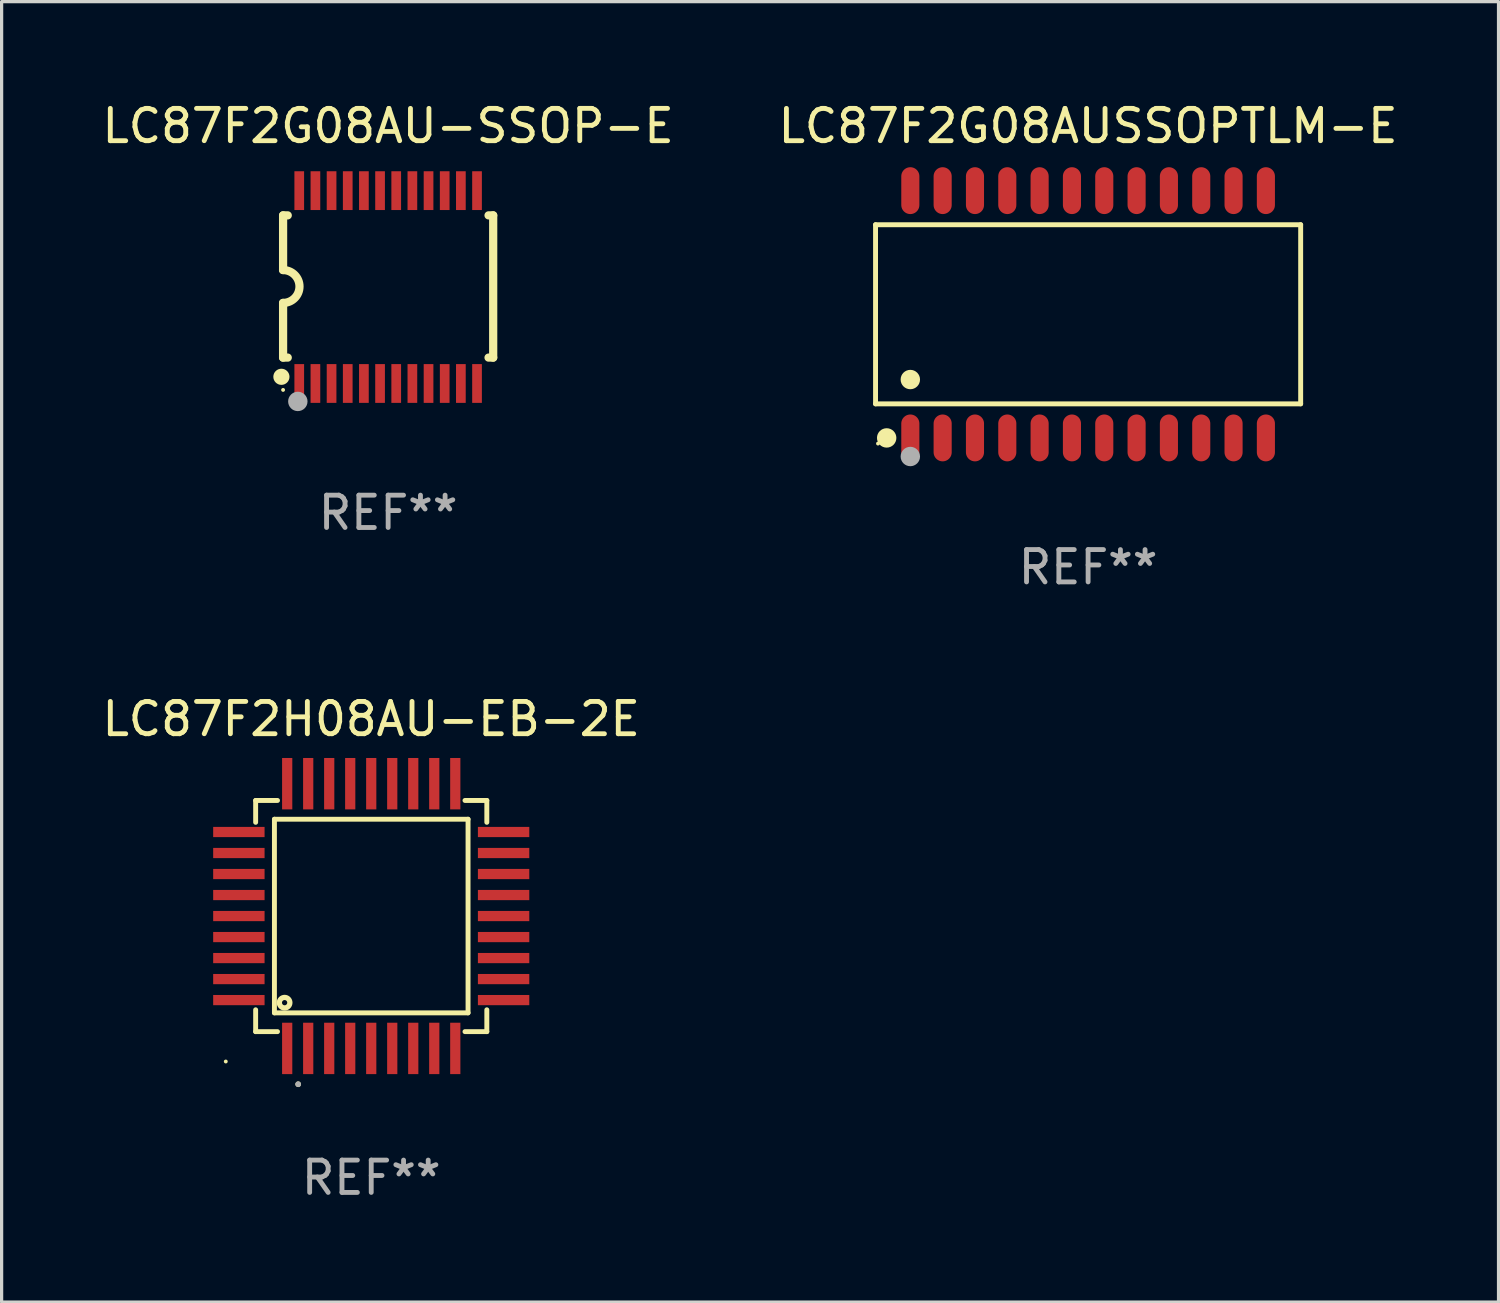
<source format=kicad_pcb>
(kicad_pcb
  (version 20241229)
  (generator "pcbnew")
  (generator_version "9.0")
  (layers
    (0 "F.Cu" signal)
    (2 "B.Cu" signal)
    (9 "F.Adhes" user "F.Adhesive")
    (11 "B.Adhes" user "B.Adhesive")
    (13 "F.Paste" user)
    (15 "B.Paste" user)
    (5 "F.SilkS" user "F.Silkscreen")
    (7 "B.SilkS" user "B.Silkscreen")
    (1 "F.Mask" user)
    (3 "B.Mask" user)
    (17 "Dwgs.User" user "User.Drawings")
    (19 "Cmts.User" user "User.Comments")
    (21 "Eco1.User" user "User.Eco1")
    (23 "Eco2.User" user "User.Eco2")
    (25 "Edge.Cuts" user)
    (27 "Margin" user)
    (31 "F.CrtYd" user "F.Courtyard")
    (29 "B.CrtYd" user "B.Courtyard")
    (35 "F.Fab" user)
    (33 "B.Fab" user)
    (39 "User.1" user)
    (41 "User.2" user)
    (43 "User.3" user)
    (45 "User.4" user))
  (footprint "LC87F2G08AU-SSOP-E"
    (layer "F.Cu")
    (at 8.958 5.831)
    (property "Reference" "LC87F2G08AU-SSOP-E" (at 0 -4.983 0) (layer "F.SilkS") (effects (font (size 1 1) (thickness 0.15))))
    (attr through_hole)
    (fp_line (start -3.25 -2.218) (end -3.25 -0.526) (stroke (width 0.254) (type solid)) (layer "F.SilkS"))
    (fp_line (start -3.25 -2.218) (end -3.106 -2.218) (stroke (width 0.254) (type solid)) (layer "F.SilkS"))
    (fp_line (start -3.25 2.182) (end -3.25 0.49) (stroke (width 0.254) (type solid)) (layer "F.SilkS"))
    (fp_line (start -3.106 2.182) (end -3.25 2.182) (stroke (width 0.254) (type solid)) (layer "F.SilkS"))
    (fp_line (start 3.106 -2.218) (end 3.25 -2.218) (stroke (width 0.254) (type solid)) (layer "F.SilkS"))
    (fp_line (start 3.25 -2.218) (end 3.25 2.182) (stroke (width 0.254) (type solid)) (layer "F.SilkS"))
    (fp_line (start 3.25 2.182) (end 3.106 2.182) (stroke (width 0.254) (type solid)) (layer "F.SilkS"))
    (fp_arc (start -3.251206 -0.52578) (mid -2.743206 -0.018375) (end -3.250013 0.490221) (stroke (width 0.254001) (type solid)) (layer "F.SilkS"))
    (fp_circle (center -3.302 2.776) (end -3.177 2.776) (stroke (width 0.25) (type solid)) (fill no) (layer "F.SilkS"))
    (fp_circle (center -3.25 3.182) (end -3.22 3.182) (stroke (width 0.06) (type solid)) (fill no) (layer "F.SilkS"))
    (fp_circle (center -2.794 3.538) (end -2.644 3.538) (stroke (width 0.3) (type solid)) (fill no) (layer "F.Fab"))
    (fp_text user "REF**" (at 0 6.983 0) (layer "F.Fab") (effects (font (size 1 1) (thickness 0.15))))
    (pad "1" smd rect (at -2.75 2.983) (size 0.3 1.2) (layers "F.Cu" "F.Mask" "F.Paste"))
    (pad "2" smd rect (at -2.25 2.983) (size 0.3 1.2) (layers "F.Cu" "F.Mask" "F.Paste"))
    (pad "3" smd rect (at -1.75 2.983) (size 0.3 1.2) (layers "F.Cu" "F.Mask" "F.Paste"))
    (pad "4" smd rect (at -1.25 2.983) (size 0.3 1.2) (layers "F.Cu" "F.Mask" "F.Paste"))
    (pad "5" smd rect (at -0.75 2.983) (size 0.3 1.2) (layers "F.Cu" "F.Mask" "F.Paste"))
    (pad "6" smd rect (at -0.25 2.983) (size 0.3 1.2) (layers "F.Cu" "F.Mask" "F.Paste"))
    (pad "7" smd rect (at 0.25 2.983) (size 0.3 1.2) (layers "F.Cu" "F.Mask" "F.Paste"))
    (pad "8" smd rect (at 0.75 2.983) (size 0.3 1.2) (layers "F.Cu" "F.Mask" "F.Paste"))
    (pad "9" smd rect (at 1.25 2.983) (size 0.3 1.2) (layers "F.Cu" "F.Mask" "F.Paste"))
    (pad "10" smd rect (at 1.75 2.983) (size 0.3 1.2) (layers "F.Cu" "F.Mask" "F.Paste"))
    (pad "11" smd rect (at 2.25 2.983) (size 0.3 1.2) (layers "F.Cu" "F.Mask" "F.Paste"))
    (pad "12" smd rect (at 2.75 2.983) (size 0.3 1.2) (layers "F.Cu" "F.Mask" "F.Paste"))
    (pad "13" smd rect (at 2.75 -2.983) (size 0.3 1.2) (layers "F.Cu" "F.Mask" "F.Paste"))
    (pad "14" smd rect (at 2.25 -2.983) (size 0.3 1.2) (layers "F.Cu" "F.Mask" "F.Paste"))
    (pad "15" smd rect (at 1.75 -2.983) (size 0.3 1.2) (layers "F.Cu" "F.Mask" "F.Paste"))
    (pad "16" smd rect (at 1.25 -2.983) (size 0.3 1.2) (layers "F.Cu" "F.Mask" "F.Paste"))
    (pad "17" smd rect (at 0.75 -2.983) (size 0.3 1.2) (layers "F.Cu" "F.Mask" "F.Paste"))
    (pad "18" smd rect (at 0.25 -2.983) (size 0.3 1.2) (layers "F.Cu" "F.Mask" "F.Paste"))
    (pad "19" smd rect (at -0.25 -2.983) (size 0.3 1.2) (layers "F.Cu" "F.Mask" "F.Paste"))
    (pad "20" smd rect (at -0.75 -2.983) (size 0.3 1.2) (layers "F.Cu" "F.Mask" "F.Paste"))
    (pad "21" smd rect (at -1.25 -2.983) (size 0.3 1.2) (layers "F.Cu" "F.Mask" "F.Paste"))
    (pad "22" smd rect (at -1.75 -2.983) (size 0.3 1.2) (layers "F.Cu" "F.Mask" "F.Paste"))
    (pad "23" smd rect (at -2.25 -2.983) (size 0.3 1.2) (layers "F.Cu" "F.Mask" "F.Paste"))
    (pad "24" smd rect (at -2.75 -2.983) (size 0.3 1.2) (layers "F.Cu" "F.Mask" "F.Paste")))
  (footprint "LC87F2G08AUSSOPTLM-E"
    (layer "F.Cu")
    (at 30.613 6.673)
    (property "Reference" "LC87F2G08AUSSOPTLM-E" (at 0 -5.825 0) (layer "F.SilkS") (effects (font (size 1 1) (thickness 0.15))))
    (attr through_hole)
    (fp_line (start -6.576 -2.771) (end 6.576 -2.771) (stroke (width 0.152) (type solid)) (layer "F.SilkS"))
    (fp_line (start -6.576 2.771) (end -6.576 -2.771) (stroke (width 0.152) (type solid)) (layer "F.SilkS"))
    (fp_line (start 6.576 -2.771) (end 6.576 2.771) (stroke (width 0.152) (type solid)) (layer "F.SilkS"))
    (fp_line (start 6.576 2.771) (end -6.576 2.771) (stroke (width 0.152) (type solid)) (layer "F.SilkS"))
    (fp_circle (center -6.5 4) (end -6.47 4) (stroke (width 0.06) (type solid)) (fill no) (layer "F.SilkS"))
    (fp_circle (center -6.232 3.825) (end -6.082 3.825) (stroke (width 0.3) (type solid)) (fill no) (layer "F.SilkS"))
    (fp_circle (center -5.5 2.019) (end -5.35 2.019) (stroke (width 0.3) (type solid)) (fill no) (layer "F.SilkS"))
    (fp_circle (center -5.5 4.4) (end -5.35 4.4) (stroke (width 0.3) (type solid)) (fill no) (layer "F.Fab"))
    (fp_text user "REF**" (at 0 7.825 0) (layer "F.Fab") (effects (font (size 1 1) (thickness 0.15))))
    (pad "1" smd oval (at -5.5 3.825) (size 0.56 1.45) (layers "F.Cu" "F.Mask" "F.Paste"))
    (pad "2" smd oval (at -4.5 3.825) (size 0.56 1.45) (layers "F.Cu" "F.Mask" "F.Paste"))
    (pad "3" smd oval (at -3.5 3.825) (size 0.56 1.45) (layers "F.Cu" "F.Mask" "F.Paste"))
    (pad "4" smd oval (at -2.5 3.825) (size 0.56 1.45) (layers "F.Cu" "F.Mask" "F.Paste"))
    (pad "5" smd oval (at -1.5 3.825) (size 0.56 1.45) (layers "F.Cu" "F.Mask" "F.Paste"))
    (pad "6" smd oval (at -0.5 3.825) (size 0.56 1.45) (layers "F.Cu" "F.Mask" "F.Paste"))
    (pad "7" smd oval (at 0.5 3.825) (size 0.56 1.45) (layers "F.Cu" "F.Mask" "F.Paste"))
    (pad "8" smd oval (at 1.5 3.825) (size 0.56 1.45) (layers "F.Cu" "F.Mask" "F.Paste"))
    (pad "9" smd oval (at 2.5 3.825) (size 0.56 1.45) (layers "F.Cu" "F.Mask" "F.Paste"))
    (pad "10" smd oval (at 3.5 3.825) (size 0.56 1.45) (layers "F.Cu" "F.Mask" "F.Paste"))
    (pad "11" smd oval (at 4.5 3.825) (size 0.56 1.45) (layers "F.Cu" "F.Mask" "F.Paste"))
    (pad "12" smd oval (at 5.5 3.825) (size 0.56 1.45) (layers "F.Cu" "F.Mask" "F.Paste"))
    (pad "13" smd oval (at 5.5 -3.825) (size 0.56 1.45) (layers "F.Cu" "F.Mask" "F.Paste"))
    (pad "14" smd oval (at 4.5 -3.825) (size 0.56 1.45) (layers "F.Cu" "F.Mask" "F.Paste"))
    (pad "15" smd oval (at 3.5 -3.825) (size 0.56 1.45) (layers "F.Cu" "F.Mask" "F.Paste"))
    (pad "16" smd oval (at 2.5 -3.825) (size 0.56 1.45) (layers "F.Cu" "F.Mask" "F.Paste"))
    (pad "17" smd oval (at 1.5 -3.825) (size 0.56 1.45) (layers "F.Cu" "F.Mask" "F.Paste"))
    (pad "18" smd oval (at 0.5 -3.825) (size 0.56 1.45) (layers "F.Cu" "F.Mask" "F.Paste"))
    (pad "19" smd oval (at -0.5 -3.825) (size 0.56 1.45) (layers "F.Cu" "F.Mask" "F.Paste"))
    (pad "20" smd oval (at -1.5 -3.825) (size 0.56 1.45) (layers "F.Cu" "F.Mask" "F.Paste"))
    (pad "21" smd oval (at -2.5 -3.825) (size 0.56 1.45) (layers "F.Cu" "F.Mask" "F.Paste"))
    (pad "22" smd oval (at -3.5 -3.825) (size 0.56 1.45) (layers "F.Cu" "F.Mask" "F.Paste"))
    (pad "23" smd oval (at -4.5 -3.825) (size 0.56 1.45) (layers "F.Cu" "F.Mask" "F.Paste"))
    (pad "24" smd oval (at -5.5 -3.825) (size 0.56 1.45) (layers "F.Cu" "F.Mask" "F.Paste")))
  (footprint "LC87F2H08AU-EB-2E"
    (layer "F.Cu")
    (at 8.435 25.29)
    (property "Reference" "LC87F2H08AU-EB-2E" (at 0 -6.095 0) (layer "F.SilkS") (effects (font (size 1 1) (thickness 0.15))))
    (attr through_hole)
    (fp_line (start -3.576 -3.576) (end -3.576 -2.9) (stroke (width 0.152) (type solid)) (layer "F.SilkS"))
    (fp_line (start -3.576 3.576) (end -3.576 2.9) (stroke (width 0.152) (type solid)) (layer "F.SilkS"))
    (fp_line (start -2.995 -2.995) (end 2.995 -2.995) (stroke (width 0.152) (type solid)) (layer "F.SilkS"))
    (fp_line (start -2.995 2.995) (end -2.995 -2.995) (stroke (width 0.152) (type solid)) (layer "F.SilkS"))
    (fp_line (start -2.9 -3.576) (end -3.576 -3.576) (stroke (width 0.152) (type solid)) (layer "F.SilkS"))
    (fp_line (start -2.9 3.576) (end -3.576 3.576) (stroke (width 0.152) (type solid)) (layer "F.SilkS"))
    (fp_line (start 2.9 -3.576) (end 3.576 -3.576) (stroke (width 0.152) (type solid)) (layer "F.SilkS"))
    (fp_line (start 2.9 3.576) (end 3.576 3.576) (stroke (width 0.152) (type solid)) (layer "F.SilkS"))
    (fp_line (start 2.995 -2.995) (end 2.995 2.995) (stroke (width 0.152) (type solid)) (layer "F.SilkS"))
    (fp_line (start 2.995 2.995) (end -2.995 2.995) (stroke (width 0.152) (type solid)) (layer "F.SilkS"))
    (fp_line (start 3.576 -3.576) (end 3.576 -2.9) (stroke (width 0.152) (type solid)) (layer "F.SilkS"))
    (fp_line (start 3.576 3.576) (end 3.576 2.9) (stroke (width 0.152) (type solid)) (layer "F.SilkS"))
    (fp_circle (center -4.5 4.5) (end -4.47 4.5) (stroke (width 0.06) (type solid)) (fill no) (layer "F.SilkS"))
    (fp_circle (center -2.68 2.68) (end -2.599 2.68) (stroke (width 0.163) (type solid)) (fill no) (layer "F.SilkS"))
    (fp_circle (center -2.26 5.203) (end -2.216 5.203) (stroke (width 0.088) (type solid)) (fill no) (layer "F.SilkS"))
    (fp_circle (center -2.26 5.203) (end -2.216 5.203) (stroke (width 0.088) (type solid)) (fill no) (layer "F.Fab"))
    (fp_text user "REF**" (at 0 8.095 0) (layer "F.Fab") (effects (font (size 1 1) (thickness 0.15))))
    (pad "1" smd rect (at -2.6 4.095) (size 0.316 1.59) (layers "F.Cu" "F.Mask" "F.Paste"))
    (pad "2" smd rect (at -1.95 4.095) (size 0.316 1.59) (layers "F.Cu" "F.Mask" "F.Paste"))
    (pad "3" smd rect (at -1.3 4.095) (size 0.316 1.59) (layers "F.Cu" "F.Mask" "F.Paste"))
    (pad "4" smd rect (at -0.65 4.095) (size 0.316 1.59) (layers "F.Cu" "F.Mask" "F.Paste"))
    (pad "5" smd rect (at 0 4.095) (size 0.316 1.59) (layers "F.Cu" "F.Mask" "F.Paste"))
    (pad "6" smd rect (at 0.65 4.095) (size 0.316 1.59) (layers "F.Cu" "F.Mask" "F.Paste"))
    (pad "7" smd rect (at 1.3 4.095) (size 0.316 1.59) (layers "F.Cu" "F.Mask" "F.Paste"))
    (pad "8" smd rect (at 1.95 4.095) (size 0.316 1.59) (layers "F.Cu" "F.Mask" "F.Paste"))
    (pad "9" smd rect (at 2.6 4.095) (size 0.316 1.59) (layers "F.Cu" "F.Mask" "F.Paste"))
    (pad "10" smd rect (at 4.095 2.6) (size 1.59 0.316) (layers "F.Cu" "F.Mask" "F.Paste"))
    (pad "11" smd rect (at 4.095 1.95) (size 1.59 0.316) (layers "F.Cu" "F.Mask" "F.Paste"))
    (pad "12" smd rect (at 4.095 1.3) (size 1.59 0.316) (layers "F.Cu" "F.Mask" "F.Paste"))
    (pad "13" smd rect (at 4.095 0.65) (size 1.59 0.316) (layers "F.Cu" "F.Mask" "F.Paste"))
    (pad "14" smd rect (at 4.095 0) (size 1.59 0.316) (layers "F.Cu" "F.Mask" "F.Paste"))
    (pad "15" smd rect (at 4.095 -0.65) (size 1.59 0.316) (layers "F.Cu" "F.Mask" "F.Paste"))
    (pad "16" smd rect (at 4.095 -1.3) (size 1.59 0.316) (layers "F.Cu" "F.Mask" "F.Paste"))
    (pad "17" smd rect (at 4.095 -1.95) (size 1.59 0.316) (layers "F.Cu" "F.Mask" "F.Paste"))
    (pad "18" smd rect (at 4.095 -2.6) (size 1.59 0.316) (layers "F.Cu" "F.Mask" "F.Paste"))
    (pad "19" smd rect (at 2.6 -4.095) (size 0.316 1.59) (layers "F.Cu" "F.Mask" "F.Paste"))
    (pad "20" smd rect (at 1.95 -4.095) (size 0.316 1.59) (layers "F.Cu" "F.Mask" "F.Paste"))
    (pad "21" smd rect (at 1.3 -4.095) (size 0.316 1.59) (layers "F.Cu" "F.Mask" "F.Paste"))
    (pad "22" smd rect (at 0.65 -4.095) (size 0.316 1.59) (layers "F.Cu" "F.Mask" "F.Paste"))
    (pad "23" smd rect (at 0 -4.095) (size 0.316 1.59) (layers "F.Cu" "F.Mask" "F.Paste"))
    (pad "24" smd rect (at -0.65 -4.095) (size 0.316 1.59) (layers "F.Cu" "F.Mask" "F.Paste"))
    (pad "25" smd rect (at -1.3 -4.095) (size 0.316 1.59) (layers "F.Cu" "F.Mask" "F.Paste"))
    (pad "26" smd rect (at -1.95 -4.095) (size 0.316 1.59) (layers "F.Cu" "F.Mask" "F.Paste"))
    (pad "27" smd rect (at -2.6 -4.095) (size 0.316 1.59) (layers "F.Cu" "F.Mask" "F.Paste"))
    (pad "28" smd rect (at -4.095 -2.6) (size 1.59 0.316) (layers "F.Cu" "F.Mask" "F.Paste"))
    (pad "29" smd rect (at -4.095 -1.95) (size 1.59 0.316) (layers "F.Cu" "F.Mask" "F.Paste"))
    (pad "30" smd rect (at -4.095 -1.3) (size 1.59 0.316) (layers "F.Cu" "F.Mask" "F.Paste"))
    (pad "31" smd rect (at -4.095 -0.65) (size 1.59 0.316) (layers "F.Cu" "F.Mask" "F.Paste"))
    (pad "32" smd rect (at -4.095 0) (size 1.59 0.316) (layers "F.Cu" "F.Mask" "F.Paste"))
    (pad "33" smd rect (at -4.095 0.65) (size 1.59 0.316) (layers "F.Cu" "F.Mask" "F.Paste"))
    (pad "34" smd rect (at -4.095 1.3) (size 1.59 0.316) (layers "F.Cu" "F.Mask" "F.Paste"))
    (pad "35" smd rect (at -4.095 1.95) (size 1.59 0.316) (layers "F.Cu" "F.Mask" "F.Paste"))
    (pad "36" smd rect (at -4.095 2.6) (size 1.59 0.316) (layers "F.Cu" "F.Mask" "F.Paste")))
  (gr_rect
    (start -3 -3)
    (end 43.31 37.233)
    (stroke (width 0.1) (type default))
    (fill no)
    (layer "Edge.Cuts")))
</source>
